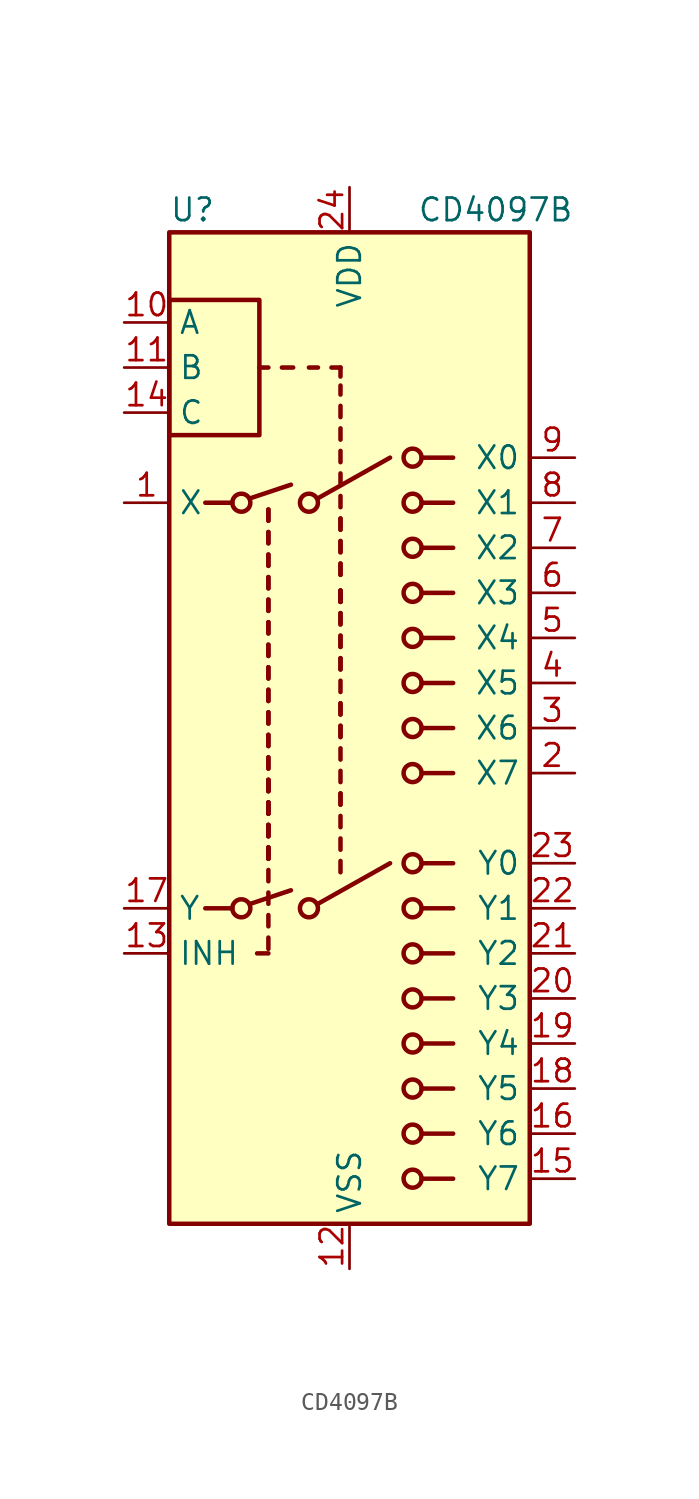
<source format=kicad_sym>
(kicad_symbol_lib
  (version 20201005)
  (generator kicad_symbol_editor)
  (symbol "CD4097B"
    (property "Reference" "U"
      (at -10.16 29.21 0)
      (effects (font (size 1.27 1.27)) (justify left)))
    (property "Value" "CD4097B"
      (at 3.81 29.21 0)
      (effects (font (size 1.27 1.27)) (justify left)))
    (symbol "CD4097B_0_1"
      (circle (center -6.096 -10.16) (radius 0.508) (stroke (width 0.254)) (fill (type none)))
      (circle (center -6.096 12.7) (radius 0.508) (stroke (width 0.254)) (fill (type none)))
      (circle (center -2.286 -10.16) (radius 0.508) (stroke (width 0.254)) (fill (type none)))
      (circle (center -2.286 12.7) (radius 0.508) (stroke (width 0.254)) (fill (type none)))
      (circle (center 3.556 -25.4) (radius 0.508) (stroke (width 0.254)) (fill (type none)))
      (circle (center 3.556 -15.24) (radius 0.508) (stroke (width 0.254)) (fill (type none)))
      (circle (center 3.556 -12.7) (radius 0.508) (stroke (width 0.254)) (fill (type none)))
      (circle (center 3.556 -10.16) (radius 0.508) (stroke (width 0.254)) (fill (type none)))
      (circle (center 3.556 -7.62) (radius 0.508) (stroke (width 0.254)) (fill (type none)))
      (circle (center 3.556 7.62) (radius 0.508) (stroke (width 0.254)) (fill (type none)))
      (circle (center 3.556 10.16) (radius 0.508) (stroke (width 0.254)) (fill (type none)))
      (circle (center 3.556 12.7) (radius 0.508) (stroke (width 0.254)) (fill (type none)))
      (circle (center 3.556 15.24) (radius 0.508) (stroke (width 0.254)) (fill (type none)))
      (rectangle (start -10.16 24.13) (end -5.08 16.51) (stroke (width 0.254)) (fill (type none)))
      (rectangle (start -10.16 27.94) (end 10.16 -27.94) (stroke (width 0.254)) (fill (type background)))
      (polyline (pts (xy -8.128 -10.16) (xy -6.604 -10.16)) (stroke (width 0.254)) (fill (type none)))
      (polyline (pts (xy -8.128 12.7) (xy -6.604 12.7)) (stroke (width 0.254)) (fill (type none)))
      (polyline (pts (xy -5.588 -9.906) (xy -3.302 -9.144)) (stroke (width 0.254)) (fill (type none)))
      (polyline (pts (xy -5.588 12.954) (xy -3.302 13.716)) (stroke (width 0.254)) (fill (type none)))
      (polyline (pts (xy -4.572 -12.7) (xy -5.207 -12.7)) (stroke (width 0.254)) (fill (type none)))
      (polyline (pts (xy -4.572 -12.446) (xy -4.572 -11.811)) (stroke (width 0.254)) (fill (type none)))
      (polyline (pts (xy -4.572 -11.176) (xy -4.572 -10.541)) (stroke (width 0.254)) (fill (type none)))
      (polyline (pts (xy -4.572 -7.366) (xy -4.572 -6.731)) (stroke (width 0.254)) (fill (type none)))
      (polyline (pts (xy -4.572 -7.366) (xy -4.572 -6.731)) (stroke (width 0.254)) (fill (type none)))
      (polyline (pts (xy -4.572 -7.366) (xy -4.572 -6.731)) (stroke (width 0.254)) (fill (type none)))
      (polyline (pts (xy -4.572 -7.366) (xy -4.572 -6.731)) (stroke (width 0.254)) (fill (type none)))
      (polyline (pts (xy -4.572 -6.096) (xy -4.572 -5.461)) (stroke (width 0.254)) (fill (type none)))
      (polyline (pts (xy -4.572 -6.096) (xy -4.572 -5.461)) (stroke (width 0.254)) (fill (type none)))
      (polyline (pts (xy -4.572 -6.096) (xy -4.572 -5.461)) (stroke (width 0.254)) (fill (type none)))
      (polyline (pts (xy -4.572 -6.096) (xy -4.572 -5.461)) (stroke (width 0.254)) (fill (type none)))
      (polyline (pts (xy -4.572 -4.826) (xy -4.572 -4.191)) (stroke (width 0.254)) (fill (type none)))
      (polyline (pts (xy -4.572 -4.826) (xy -4.572 -4.191)) (stroke (width 0.254)) (fill (type none)))
      (polyline (pts (xy -4.572 -4.826) (xy -4.572 -4.191)) (stroke (width 0.254)) (fill (type none)))
      (polyline (pts (xy -4.572 -4.826) (xy -4.572 -4.191)) (stroke (width 0.254)) (fill (type none)))
      (polyline (pts (xy -4.572 -3.556) (xy -4.572 -2.921)) (stroke (width 0.254)) (fill (type none)))
      (polyline (pts (xy -4.572 -3.556) (xy -4.572 -2.921)) (stroke (width 0.254)) (fill (type none)))
      (polyline (pts (xy -4.572 -3.556) (xy -4.572 -2.921)) (stroke (width 0.254)) (fill (type none)))
      (polyline (pts (xy -4.572 -3.556) (xy -4.572 -2.921)) (stroke (width 0.254)) (fill (type none)))
      (polyline (pts (xy -4.572 -2.286) (xy -4.572 -1.651)) (stroke (width 0.254)) (fill (type none)))
      (polyline (pts (xy -4.572 -2.286) (xy -4.572 -1.651)) (stroke (width 0.254)) (fill (type none)))
      (polyline (pts (xy -4.572 -1.016) (xy -4.572 -0.381)) (stroke (width 0.254)) (fill (type none)))
      (polyline (pts (xy -4.572 -1.016) (xy -4.572 -0.381)) (stroke (width 0.254)) (fill (type none)))
      (polyline (pts (xy -4.572 0.254) (xy -4.572 0.889)) (stroke (width 0.254)) (fill (type none)))
      (polyline (pts (xy -4.572 0.254) (xy -4.572 0.889)) (stroke (width 0.254)) (fill (type none)))
      (polyline (pts (xy -4.572 1.524) (xy -4.572 2.159)) (stroke (width 0.254)) (fill (type none)))
      (polyline (pts (xy -4.572 1.524) (xy -4.572 2.159)) (stroke (width 0.254)) (fill (type none)))
      (polyline (pts (xy -4.572 2.794) (xy -4.572 3.429)) (stroke (width 0.254)) (fill (type none)))
      (polyline (pts (xy -4.572 2.794) (xy -4.572 3.429)) (stroke (width 0.254)) (fill (type none)))
      (polyline (pts (xy -4.572 4.064) (xy -4.572 4.699)) (stroke (width 0.254)) (fill (type none)))
      (polyline (pts (xy -4.572 4.064) (xy -4.572 4.699)) (stroke (width 0.254)) (fill (type none)))
      (polyline (pts (xy -4.572 5.334) (xy -4.572 5.969)) (stroke (width 0.254)) (fill (type none)))
      (polyline (pts (xy -4.572 5.334) (xy -4.572 5.969)) (stroke (width 0.254)) (fill (type none)))
      (polyline (pts (xy -4.572 6.604) (xy -4.572 7.239)) (stroke (width 0.254)) (fill (type none)))
      (polyline (pts (xy -4.572 6.604) (xy -4.572 7.239)) (stroke (width 0.254)) (fill (type none)))
      (polyline (pts (xy -4.572 7.874) (xy -4.572 8.509)) (stroke (width 0.254)) (fill (type none)))
      (polyline (pts (xy -4.572 7.874) (xy -4.572 8.509)) (stroke (width 0.254)) (fill (type none)))
      (polyline (pts (xy -4.572 9.144) (xy -4.572 9.779)) (stroke (width 0.254)) (fill (type none)))
      (polyline (pts (xy -4.572 9.144) (xy -4.572 9.779)) (stroke (width 0.254)) (fill (type none)))
      (polyline (pts (xy -4.572 10.414) (xy -4.572 11.049)) (stroke (width 0.254)) (fill (type none)))
      (polyline (pts (xy -4.572 10.414) (xy -4.572 11.049)) (stroke (width 0.254)) (fill (type none)))
      (polyline (pts (xy -4.572 11.684) (xy -4.572 12.319)) (stroke (width 0.254)) (fill (type none)))
      (polyline (pts (xy -4.572 11.684) (xy -4.572 12.319)) (stroke (width 0.254)) (fill (type none)))
      (polyline (pts (xy -4.572 20.32) (xy -5.08 20.32)) (stroke (width 0.254)) (fill (type none)))
      (polyline (pts (xy -3.81 20.32) (xy -3.175 20.32)) (stroke (width 0.254)) (fill (type none)))
      (polyline (pts (xy -1.778 -9.906) (xy 2.286 -7.62)) (stroke (width 0.254)) (fill (type none)))
      (polyline (pts (xy -1.778 12.954) (xy 2.286 15.24)) (stroke (width 0.254)) (fill (type none)))
      (polyline (pts (xy -1.778 20.32) (xy -2.286 20.32)) (stroke (width 0.254)) (fill (type none)))
      (polyline (pts (xy -0.508 -4.318) (xy -0.508 -3.683)) (stroke (width 0.254)) (fill (type none)))
      (polyline (pts (xy -0.508 -4.318) (xy -0.508 -3.683)) (stroke (width 0.254)) (fill (type none)))
      (polyline (pts (xy -0.508 -3.048) (xy -0.508 -2.413)) (stroke (width 0.254)) (fill (type none)))
      (polyline (pts (xy -0.508 -1.778) (xy -0.508 -1.143)) (stroke (width 0.254)) (fill (type none)))
      (polyline (pts (xy -0.508 -0.508) (xy -0.508 0.127)) (stroke (width 0.254)) (fill (type none)))
      (polyline (pts (xy -0.508 -0.508) (xy -0.508 0.127)) (stroke (width 0.254)) (fill (type none)))
      (polyline (pts (xy -0.508 0.762) (xy -0.508 1.397)) (stroke (width 0.254)) (fill (type none)))
      (polyline (pts (xy -0.508 0.762) (xy -0.508 1.397)) (stroke (width 0.254)) (fill (type none)))
      (polyline (pts (xy -0.508 2.032) (xy -0.508 2.667)) (stroke (width 0.254)) (fill (type none)))
      (polyline (pts (xy -0.508 3.302) (xy -0.508 3.937)) (stroke (width 0.254)) (fill (type none)))
      (polyline (pts (xy -0.508 3.302) (xy -0.508 3.937)) (stroke (width 0.254)) (fill (type none)))
      (polyline (pts (xy -0.508 4.572) (xy -0.508 5.207)) (stroke (width 0.254)) (fill (type none)))
      (polyline (pts (xy -0.508 4.572) (xy -0.508 5.207)) (stroke (width 0.254)) (fill (type none)))
      (polyline (pts (xy -0.508 5.842) (xy -0.508 6.477)) (stroke (width 0.254)) (fill (type none)))
      (polyline (pts (xy -0.508 5.842) (xy -0.508 6.477)) (stroke (width 0.254)) (fill (type none)))
      (polyline (pts (xy -0.508 7.112) (xy -0.508 7.747)) (stroke (width 0.254)) (fill (type none)))
      (polyline (pts (xy -0.508 7.112) (xy -0.508 7.747)) (stroke (width 0.254)) (fill (type none)))
      (polyline (pts (xy -0.508 7.112) (xy -0.508 7.747)) (stroke (width 0.254)) (fill (type none)))
      (polyline (pts (xy -0.508 7.112) (xy -0.508 7.747)) (stroke (width 0.254)) (fill (type none)))
      (polyline (pts (xy -0.508 8.636) (xy -0.508 9.271)) (stroke (width 0.254)) (fill (type none)))
      (polyline (pts (xy -0.508 8.636) (xy -0.508 9.271)) (stroke (width 0.254)) (fill (type none)))
      (polyline (pts (xy -0.508 9.906) (xy -0.508 10.541)) (stroke (width 0.254)) (fill (type none)))
      (polyline (pts (xy -0.508 9.906) (xy -0.508 10.541)) (stroke (width 0.254)) (fill (type none)))
      (polyline (pts (xy -0.508 11.176) (xy -0.508 11.811)) (stroke (width 0.254)) (fill (type none)))
      (polyline (pts (xy -0.508 11.176) (xy -0.508 11.811)) (stroke (width 0.254)) (fill (type none)))
      (polyline (pts (xy -0.508 12.446) (xy -0.508 13.081)) (stroke (width 0.254)) (fill (type none)))
      (polyline (pts (xy -0.508 13.716) (xy -0.508 14.351)) (stroke (width 0.254)) (fill (type none)))
      (polyline (pts (xy -0.508 18.796) (xy -0.508 19.304)) (stroke (width 0.254)) (fill (type none)))
      (polyline (pts (xy -0.508 19.812) (xy -0.508 20.32)) (stroke (width 0.254)) (fill (type none)))
      (polyline (pts (xy -0.508 20.32) (xy -1.016 20.32)) (stroke (width 0.254)) (fill (type none)))
      (polyline (pts (xy 4.064 -25.4) (xy 5.842 -25.4)) (stroke (width 0.254)) (fill (type none)))
      (polyline (pts (xy 4.064 -15.24) (xy 5.842 -15.24)) (stroke (width 0.254)) (fill (type none)))
      (polyline (pts (xy 4.064 -12.7) (xy 5.842 -12.7)) (stroke (width 0.254)) (fill (type none)))
      (polyline (pts (xy 4.064 -10.16) (xy 5.842 -10.16)) (stroke (width 0.254)) (fill (type none)))
      (polyline (pts (xy 4.064 -7.62) (xy 5.842 -7.62)) (stroke (width 0.254)) (fill (type none)))
      (polyline (pts (xy 4.064 7.62) (xy 5.842 7.62)) (stroke (width 0.254)) (fill (type none)))
      (polyline (pts (xy 4.064 10.16) (xy 5.842 10.16)) (stroke (width 0.254)) (fill (type none)))
      (polyline (pts (xy 4.064 12.7) (xy 5.842 12.7)) (stroke (width 0.254)) (fill (type none)))
      (polyline (pts (xy 4.064 15.24) (xy 5.842 15.24)) (stroke (width 0.254)) (fill (type none))))
    (symbol "CD4097B_1_1"
      (circle (center 3.556 -22.86) (radius 0.508) (stroke (width 0.254)) (fill (type none)))
      (circle (center 3.556 -20.32) (radius 0.508) (stroke (width 0.254)) (fill (type none)))
      (circle (center 3.556 -17.78) (radius 0.508) (stroke (width 0.254)) (fill (type none)))
      (circle (center 3.556 -2.54) (radius 0.508) (stroke (width 0.254)) (fill (type none)))
      (circle (center 3.556 0) (radius 0.508) (stroke (width 0.254)) (fill (type none)))
      (circle (center 3.556 2.54) (radius 0.508) (stroke (width 0.254)) (fill (type none)))
      (circle (center 3.556 5.08) (radius 0.508) (stroke (width 0.254)) (fill (type none)))
      (polyline (pts (xy -4.572 -9.906) (xy -4.572 -9.271)) (stroke (width 0.254)) (fill (type none)))
      (polyline (pts (xy -4.572 -8.636) (xy -4.572 -8.001)) (stroke (width 0.254)) (fill (type none)))
      (polyline (pts (xy -0.508 -8.128) (xy -0.508 -7.493)) (stroke (width 0.254)) (fill (type none)))
      (polyline (pts (xy -0.508 -6.858) (xy -0.508 -6.223)) (stroke (width 0.254)) (fill (type none)))
      (polyline (pts (xy -0.508 -5.588) (xy -0.508 -4.953)) (stroke (width 0.254)) (fill (type none)))
      (polyline (pts (xy -0.508 14.986) (xy -0.508 15.621)) (stroke (width 0.254)) (fill (type none)))
      (polyline (pts (xy -0.508 16.256) (xy -0.508 16.891)) (stroke (width 0.254)) (fill (type none)))
      (polyline (pts (xy -0.508 17.526) (xy -0.508 18.161)) (stroke (width 0.254)) (fill (type none)))
      (polyline (pts (xy 4.064 -22.86) (xy 5.842 -22.86)) (stroke (width 0.254)) (fill (type none)))
      (polyline (pts (xy 4.064 -20.32) (xy 5.842 -20.32)) (stroke (width 0.254)) (fill (type none)))
      (polyline (pts (xy 4.064 -17.78) (xy 5.842 -17.78)) (stroke (width 0.254)) (fill (type none)))
      (polyline (pts (xy 4.064 -2.54) (xy 5.842 -2.54)) (stroke (width 0.254)) (fill (type none)))
      (polyline (pts (xy 4.064 0) (xy 5.842 0)) (stroke (width 0.254)) (fill (type none)))
      (polyline (pts (xy 4.064 2.54) (xy 5.842 2.54)) (stroke (width 0.254)) (fill (type none)))
      (polyline (pts (xy 4.064 5.08) (xy 5.842 5.08)) (stroke (width 0.254)) (fill (type none)))
      (pin bidirectional line (at -12.7 12.7 0) (length 2.54) (name "X" (effects (font (size 1.27 1.27)))) (number "1" (effects (font (size 1.27 1.27)))))
      (pin input line (at -12.7 22.86 0) (length 2.54) (name "A" (effects (font (size 1.27 1.27)))) (number "10" (effects (font (size 1.27 1.27)))))
      (pin input line (at -12.7 20.32 0) (length 2.54) (name "B" (effects (font (size 1.27 1.27)))) (number "11" (effects (font (size 1.27 1.27)))))
      (pin power_in line (at 0 -30.48 90) (length 2.54) (name "VSS" (effects (font (size 1.27 1.27)))) (number "12" (effects (font (size 1.27 1.27)))))
      (pin input line (at -12.7 -12.7 0) (length 2.54) (name "INH" (effects (font (size 1.27 1.27)))) (number "13" (effects (font (size 1.27 1.27)))))
      (pin input line (at -12.7 17.78 0) (length 2.54) (name "C" (effects (font (size 1.27 1.27)))) (number "14" (effects (font (size 1.27 1.27)))))
      (pin bidirectional line (at 12.7 -25.4 180) (length 2.54) (name "Y7" (effects (font (size 1.27 1.27)))) (number "15" (effects (font (size 1.27 1.27)))))
      (pin bidirectional line (at 12.7 -22.86 180) (length 2.54) (name "Y6" (effects (font (size 1.27 1.27)))) (number "16" (effects (font (size 1.27 1.27)))))
      (pin bidirectional line (at -12.7 -10.16 0) (length 2.54) (name "Y" (effects (font (size 1.27 1.27)))) (number "17" (effects (font (size 1.27 1.27)))))
      (pin bidirectional line (at 12.7 -20.32 180) (length 2.54) (name "Y5" (effects (font (size 1.27 1.27)))) (number "18" (effects (font (size 1.27 1.27)))))
      (pin bidirectional line (at 12.7 -17.78 180) (length 2.54) (name "Y4" (effects (font (size 1.27 1.27)))) (number "19" (effects (font (size 1.27 1.27)))))
      (pin bidirectional line (at 12.7 -2.54 180) (length 2.54) (name "X7" (effects (font (size 1.27 1.27)))) (number "2" (effects (font (size 1.27 1.27)))))
      (pin bidirectional line (at 12.7 -15.24 180) (length 2.54) (name "Y3" (effects (font (size 1.27 1.27)))) (number "20" (effects (font (size 1.27 1.27)))))
      (pin bidirectional line (at 12.7 -12.7 180) (length 2.54) (name "Y2" (effects (font (size 1.27 1.27)))) (number "21" (effects (font (size 1.27 1.27)))))
      (pin bidirectional line (at 12.7 -10.16 180) (length 2.54) (name "Y1" (effects (font (size 1.27 1.27)))) (number "22" (effects (font (size 1.27 1.27)))))
      (pin bidirectional line (at 12.7 -7.62 180) (length 2.54) (name "Y0" (effects (font (size 1.27 1.27)))) (number "23" (effects (font (size 1.27 1.27)))))
      (pin power_in line (at 0 30.48 270) (length 2.54) (name "VDD" (effects (font (size 1.27 1.27)))) (number "24" (effects (font (size 1.27 1.27)))))
      (pin bidirectional line (at 12.7 0 180) (length 2.54) (name "X6" (effects (font (size 1.27 1.27)))) (number "3" (effects (font (size 1.27 1.27)))))
      (pin bidirectional line (at 12.7 2.54 180) (length 2.54) (name "X5" (effects (font (size 1.27 1.27)))) (number "4" (effects (font (size 1.27 1.27)))))
      (pin bidirectional line (at 12.7 5.08 180) (length 2.54) (name "X4" (effects (font (size 1.27 1.27)))) (number "5" (effects (font (size 1.27 1.27)))))
      (pin bidirectional line (at 12.7 7.62 180) (length 2.54) (name "X3" (effects (font (size 1.27 1.27)))) (number "6" (effects (font (size 1.27 1.27)))))
      (pin bidirectional line (at 12.7 10.16 180) (length 2.54) (name "X2" (effects (font (size 1.27 1.27)))) (number "7" (effects (font (size 1.27 1.27)))))
      (pin bidirectional line (at 12.7 12.7 180) (length 2.54) (name "X1" (effects (font (size 1.27 1.27)))) (number "8" (effects (font (size 1.27 1.27)))))
      (pin bidirectional line (at 12.7 15.24 180) (length 2.54) (name "X0" (effects (font (size 1.27 1.27)))) (number "9" (effects (font (size 1.27 1.27))))))))
</source>
